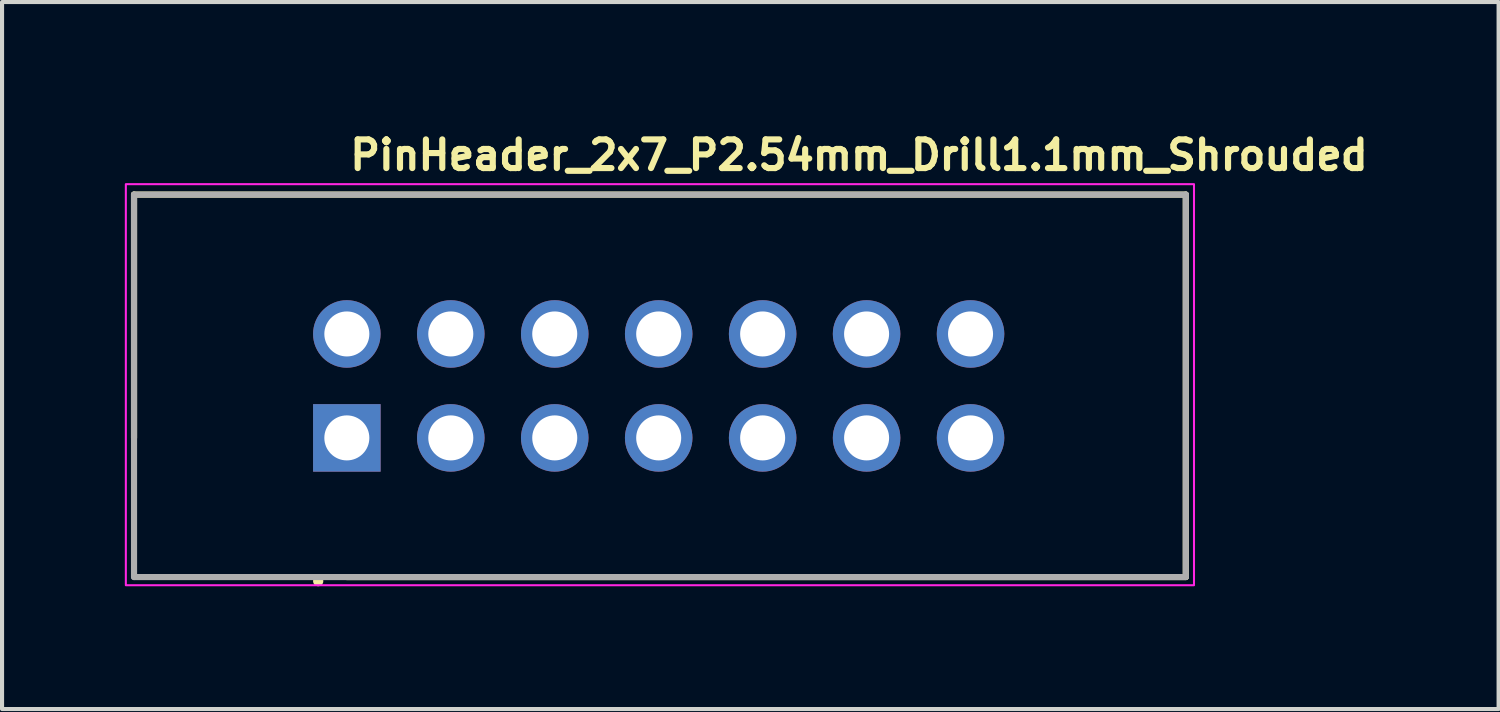
<source format=kicad_pcb>
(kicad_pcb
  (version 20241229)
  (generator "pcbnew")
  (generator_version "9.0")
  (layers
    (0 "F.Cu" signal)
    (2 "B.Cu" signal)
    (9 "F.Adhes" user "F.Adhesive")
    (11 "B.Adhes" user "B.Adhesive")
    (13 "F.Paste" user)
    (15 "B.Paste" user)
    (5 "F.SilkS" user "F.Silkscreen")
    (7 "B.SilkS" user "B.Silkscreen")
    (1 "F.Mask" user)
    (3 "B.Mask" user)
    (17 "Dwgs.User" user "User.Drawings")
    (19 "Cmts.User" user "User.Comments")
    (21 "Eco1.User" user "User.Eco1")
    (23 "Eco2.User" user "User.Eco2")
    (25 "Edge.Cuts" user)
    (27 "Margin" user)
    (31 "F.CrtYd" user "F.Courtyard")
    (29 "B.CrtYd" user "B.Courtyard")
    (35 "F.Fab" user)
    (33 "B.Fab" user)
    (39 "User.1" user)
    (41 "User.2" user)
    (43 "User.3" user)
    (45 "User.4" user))
  (footprint "PinHeader_2x7_P2.54mm_Drill1.1mm_Shrouded"
    (layer "F.Cu")
    (at 5.425 7.65)
    (property "Reference" "PinHeader_2x7_P2.54mm_Drill1.1mm_Shrouded" (at 0 -6.5 0) (layer "F.SilkS") (effects (font (size 0.7 0.7) (thickness 0.15)) (justify left bottom)))
    (attr through_hole)
    (fp_line (start -5.2 -5.945) (end -5.2 0) (stroke (width 0.15) (type solid)) (layer "F.SilkS"))
    (fp_line (start 0 3.4) (end 20.5 3.4) (stroke (width 0.15) (type solid)) (layer "F.SilkS"))
    (fp_line (start 20.5 -5.945) (end -5.2 -5.945) (stroke (width 0.15) (type solid)) (layer "F.SilkS"))
    (fp_line (start 20.5 3.4) (end 20.5 -5.945) (stroke (width 0.15) (type solid)) (layer "F.SilkS"))
    (fp_circle (center -0.7 3.5) (end -0.65 3.5) (stroke (width 0.15) (type solid)) (fill yes) (layer "F.SilkS"))
    (fp_rect (start -5.4 -6.2) (end 20.7 3.6) (stroke (width 0.05) (type solid)) (fill no) (layer "F.CrtYd"))
    (fp_line (start -5.2 -5.945) (end 20.5 -5.945) (stroke (width 0.15) (type solid)) (layer "F.Fab"))
    (fp_line (start -5.2 3.4) (end -5.2 -5.945) (stroke (width 0.15) (type solid)) (layer "F.Fab"))
    (fp_line (start 20.5 -5.945) (end 20.5 3.4) (stroke (width 0.15) (type solid)) (layer "F.Fab"))
    (fp_line (start 20.5 3.4) (end -5.2 3.4) (stroke (width 0.15) (type solid)) (layer "F.Fab"))
    (fp_rect (start -5.1 3.3) (end 20.34 -5.8) (stroke (width 0.1) (type solid)) (fill no) (layer "User.5"))
    (fp_line (start -5.105 -5.815) (end 20.335 -5.815) (stroke (width 0.02) (type solid)) (layer "User.9"))
    (fp_line (start -5.105 3.285) (end -5.105 -5.815) (stroke (width 0.02) (type solid)) (layer "User.9"))
    (fp_line (start -5.105 3.285) (end -1.275 3.285) (stroke (width 0.02) (type solid)) (layer "User.9"))
    (fp_line (start -3.74 -4.45) (end 18.97 -4.45) (stroke (width 0.02) (type solid)) (layer "User.9"))
    (fp_line (start -3.74 1.92) (end -3.74 -4.45) (stroke (width 0.02) (type solid)) (layer "User.9"))
    (fp_line (start -3.74 1.92) (end 18.97 1.92) (stroke (width 0.02) (type solid)) (layer "User.9"))
    (fp_line (start -1.275 3.09) (end 1.265 3.09) (stroke (width 0.02) (type solid)) (layer "User.9"))
    (fp_line (start -1.275 3.285) (end -1.275 3.09) (stroke (width 0.02) (type solid)) (layer "User.9"))
    (fp_line (start -1.275 3.285) (end -0.005 3.285) (stroke (width 0.02) (type solid)) (layer "User.9"))
    (fp_line (start -0.325 -2.855) (end -0.069 -2.599) (stroke (width 0.02) (type solid)) (layer "User.9"))
    (fp_line (start -0.325 -2.855) (end 0.315 -2.855) (stroke (width 0.02) (type solid)) (layer "User.9"))
    (fp_line (start -0.325 -2.215) (end -0.325 -2.855) (stroke (width 0.02) (type solid)) (layer "User.9"))
    (fp_line (start -0.325 -2.215) (end -0.069 -2.471) (stroke (width 0.02) (type solid)) (layer "User.9"))
    (fp_line (start -0.325 -2.215) (end 0.315 -2.215) (stroke (width 0.02) (type solid)) (layer "User.9"))
    (fp_line (start -0.325 -0.315) (end -0.069 -0.059) (stroke (width 0.02) (type solid)) (layer "User.9"))
    (fp_line (start -0.325 -0.315) (end 0.315 -0.315) (stroke (width 0.02) (type solid)) (layer "User.9"))
    (fp_line (start -0.325 0.325) (end -0.325 -0.315) (stroke (width 0.02) (type solid)) (layer "User.9"))
    (fp_line (start -0.325 0.325) (end -0.069 0.069) (stroke (width 0.02) (type solid)) (layer "User.9"))
    (fp_line (start -0.325 0.325) (end 0.315 0.325) (stroke (width 0.02) (type solid)) (layer "User.9"))
    (fp_line (start -0.069 -2.599) (end 0.059 -2.599) (stroke (width 0.02) (type solid)) (layer "User.9"))
    (fp_line (start -0.069 -2.471) (end -0.069 -2.599) (stroke (width 0.02) (type solid)) (layer "User.9"))
    (fp_line (start -0.069 -2.471) (end 0.059 -2.471) (stroke (width 0.02) (type solid)) (layer "User.9"))
    (fp_line (start -0.069 -0.059) (end 0.059 -0.059) (stroke (width 0.02) (type solid)) (layer "User.9"))
    (fp_line (start -0.069 0.069) (end -0.069 -0.059) (stroke (width 0.02) (type solid)) (layer "User.9"))
    (fp_line (start -0.069 0.069) (end 0.059 0.069) (stroke (width 0.02) (type solid)) (layer "User.9"))
    (fp_line (start -0.005 3.285) (end -0.005 3.09) (stroke (width 0.02) (type solid)) (layer "User.9"))
    (fp_line (start 0.059 -2.471) (end 0.059 -2.599) (stroke (width 0.02) (type solid)) (layer "User.9"))
    (fp_line (start 0.059 0.069) (end 0.059 -0.059) (stroke (width 0.02) (type solid)) (layer "User.9"))
    (fp_line (start 0.315 -2.855) (end 0.059 -2.599) (stroke (width 0.02) (type solid)) (layer "User.9"))
    (fp_line (start 0.315 -2.215) (end 0.059 -2.471) (stroke (width 0.02) (type solid)) (layer "User.9"))
    (fp_line (start 0.315 -2.215) (end 0.315 -2.855) (stroke (width 0.02) (type solid)) (layer "User.9"))
    (fp_line (start 0.315 -0.315) (end 0.059 -0.059) (stroke (width 0.02) (type solid)) (layer "User.9"))
    (fp_line (start 0.315 0.325) (end 0.059 0.069) (stroke (width 0.02) (type solid)) (layer "User.9"))
    (fp_line (start 0.315 0.325) (end 0.315 -0.315) (stroke (width 0.02) (type solid)) (layer "User.9"))
    (fp_line (start 1.265 3.285) (end -0.005 3.285) (stroke (width 0.02) (type solid)) (layer "User.9"))
    (fp_line (start 1.265 3.285) (end 1.265 3.09) (stroke (width 0.02) (type solid)) (layer "User.9"))
    (fp_line (start 1.265 3.285) (end 20.335 3.285) (stroke (width 0.02) (type solid)) (layer "User.9"))
    (fp_line (start 2.215 -2.855) (end 2.471 -2.599) (stroke (width 0.02) (type solid)) (layer "User.9"))
    (fp_line (start 2.215 -2.855) (end 2.855 -2.855) (stroke (width 0.02) (type solid)) (layer "User.9"))
    (fp_line (start 2.215 -2.215) (end 2.215 -2.855) (stroke (width 0.02) (type solid)) (layer "User.9"))
    (fp_line (start 2.215 -2.215) (end 2.471 -2.471) (stroke (width 0.02) (type solid)) (layer "User.9"))
    (fp_line (start 2.215 -2.215) (end 2.855 -2.215) (stroke (width 0.02) (type solid)) (layer "User.9"))
    (fp_line (start 2.215 -0.315) (end 2.471 -0.059) (stroke (width 0.02) (type solid)) (layer "User.9"))
    (fp_line (start 2.215 -0.315) (end 2.855 -0.315) (stroke (width 0.02) (type solid)) (layer "User.9"))
    (fp_line (start 2.215 0.325) (end 2.215 -0.315) (stroke (width 0.02) (type solid)) (layer "User.9"))
    (fp_line (start 2.215 0.325) (end 2.471 0.069) (stroke (width 0.02) (type solid)) (layer "User.9"))
    (fp_line (start 2.215 0.325) (end 2.855 0.325) (stroke (width 0.02) (type solid)) (layer "User.9"))
    (fp_line (start 2.471 -2.599) (end 2.599 -2.599) (stroke (width 0.02) (type solid)) (layer "User.9"))
    (fp_line (start 2.471 -2.471) (end 2.471 -2.599) (stroke (width 0.02) (type solid)) (layer "User.9"))
    (fp_line (start 2.471 -2.471) (end 2.599 -2.471) (stroke (width 0.02) (type solid)) (layer "User.9"))
    (fp_line (start 2.471 -0.059) (end 2.599 -0.059) (stroke (width 0.02) (type solid)) (layer "User.9"))
    (fp_line (start 2.471 0.069) (end 2.471 -0.059) (stroke (width 0.02) (type solid)) (layer "User.9"))
    (fp_line (start 2.471 0.069) (end 2.599 0.069) (stroke (width 0.02) (type solid)) (layer "User.9"))
    (fp_line (start 2.599 -2.471) (end 2.599 -2.599) (stroke (width 0.02) (type solid)) (layer "User.9"))
    (fp_line (start 2.599 0.069) (end 2.599 -0.059) (stroke (width 0.02) (type solid)) (layer "User.9"))
    (fp_line (start 2.855 -2.855) (end 2.599 -2.599) (stroke (width 0.02) (type solid)) (layer "User.9"))
    (fp_line (start 2.855 -2.215) (end 2.599 -2.471) (stroke (width 0.02) (type solid)) (layer "User.9"))
    (fp_line (start 2.855 -2.215) (end 2.855 -2.855) (stroke (width 0.02) (type solid)) (layer "User.9"))
    (fp_line (start 2.855 -0.315) (end 2.599 -0.059) (stroke (width 0.02) (type solid)) (layer "User.9"))
    (fp_line (start 2.855 0.325) (end 2.599 0.069) (stroke (width 0.02) (type solid)) (layer "User.9"))
    (fp_line (start 2.855 0.325) (end 2.855 -0.315) (stroke (width 0.02) (type solid)) (layer "User.9"))
    (fp_line (start 4.755 -2.855) (end 5.011 -2.599) (stroke (width 0.02) (type solid)) (layer "User.9"))
    (fp_line (start 4.755 -2.855) (end 5.395 -2.855) (stroke (width 0.02) (type solid)) (layer "User.9"))
    (fp_line (start 4.755 -2.215) (end 4.755 -2.855) (stroke (width 0.02) (type solid)) (layer "User.9"))
    (fp_line (start 4.755 -2.215) (end 5.011 -2.471) (stroke (width 0.02) (type solid)) (layer "User.9"))
    (fp_line (start 4.755 -2.215) (end 5.395 -2.215) (stroke (width 0.02) (type solid)) (layer "User.9"))
    (fp_line (start 4.755 -0.315) (end 5.011 -0.059) (stroke (width 0.02) (type solid)) (layer "User.9"))
    (fp_line (start 4.755 -0.315) (end 5.395 -0.315) (stroke (width 0.02) (type solid)) (layer "User.9"))
    (fp_line (start 4.755 0.325) (end 4.755 -0.315) (stroke (width 0.02) (type solid)) (layer "User.9"))
    (fp_line (start 4.755 0.325) (end 5.011 0.069) (stroke (width 0.02) (type solid)) (layer "User.9"))
    (fp_line (start 4.755 0.325) (end 5.395 0.325) (stroke (width 0.02) (type solid)) (layer "User.9"))
    (fp_line (start 5.011 -2.599) (end 5.139 -2.599) (stroke (width 0.02) (type solid)) (layer "User.9"))
    (fp_line (start 5.011 -2.471) (end 5.011 -2.599) (stroke (width 0.02) (type solid)) (layer "User.9"))
    (fp_line (start 5.011 -2.471) (end 5.139 -2.471) (stroke (width 0.02) (type solid)) (layer "User.9"))
    (fp_line (start 5.011 -0.059) (end 5.139 -0.059) (stroke (width 0.02) (type solid)) (layer "User.9"))
    (fp_line (start 5.011 0.069) (end 5.011 -0.059) (stroke (width 0.02) (type solid)) (layer "User.9"))
    (fp_line (start 5.011 0.069) (end 5.139 0.069) (stroke (width 0.02) (type solid)) (layer "User.9"))
    (fp_line (start 5.139 -2.471) (end 5.139 -2.599) (stroke (width 0.02) (type solid)) (layer "User.9"))
    (fp_line (start 5.139 0.069) (end 5.139 -0.059) (stroke (width 0.02) (type solid)) (layer "User.9"))
    (fp_line (start 5.395 -2.855) (end 5.139 -2.599) (stroke (width 0.02) (type solid)) (layer "User.9"))
    (fp_line (start 5.395 -2.215) (end 5.139 -2.471) (stroke (width 0.02) (type solid)) (layer "User.9"))
    (fp_line (start 5.395 -2.215) (end 5.395 -2.855) (stroke (width 0.02) (type solid)) (layer "User.9"))
    (fp_line (start 5.395 -0.315) (end 5.139 -0.059) (stroke (width 0.02) (type solid)) (layer "User.9"))
    (fp_line (start 5.395 0.325) (end 5.139 0.069) (stroke (width 0.02) (type solid)) (layer "User.9"))
    (fp_line (start 5.395 0.325) (end 5.395 -0.315) (stroke (width 0.02) (type solid)) (layer "User.9"))
    (fp_line (start 7.295 -2.855) (end 7.551 -2.599) (stroke (width 0.02) (type solid)) (layer "User.9"))
    (fp_line (start 7.295 -2.855) (end 7.935 -2.855) (stroke (width 0.02) (type solid)) (layer "User.9"))
    (fp_line (start 7.295 -2.215) (end 7.295 -2.855) (stroke (width 0.02) (type solid)) (layer "User.9"))
    (fp_line (start 7.295 -2.215) (end 7.551 -2.471) (stroke (width 0.02) (type solid)) (layer "User.9"))
    (fp_line (start 7.295 -2.215) (end 7.935 -2.215) (stroke (width 0.02) (type solid)) (layer "User.9"))
    (fp_line (start 7.295 -0.315) (end 7.551 -0.059) (stroke (width 0.02) (type solid)) (layer "User.9"))
    (fp_line (start 7.295 -0.315) (end 7.935 -0.315) (stroke (width 0.02) (type solid)) (layer "User.9"))
    (fp_line (start 7.295 0.325) (end 7.295 -0.315) (stroke (width 0.02) (type solid)) (layer "User.9"))
    (fp_line (start 7.295 0.325) (end 7.551 0.069) (stroke (width 0.02) (type solid)) (layer "User.9"))
    (fp_line (start 7.295 0.325) (end 7.935 0.325) (stroke (width 0.02) (type solid)) (layer "User.9"))
    (fp_line (start 7.551 -2.599) (end 7.679 -2.599) (stroke (width 0.02) (type solid)) (layer "User.9"))
    (fp_line (start 7.551 -2.471) (end 7.551 -2.599) (stroke (width 0.02) (type solid)) (layer "User.9"))
    (fp_line (start 7.551 -2.471) (end 7.679 -2.471) (stroke (width 0.02) (type solid)) (layer "User.9"))
    (fp_line (start 7.551 -0.059) (end 7.679 -0.059) (stroke (width 0.02) (type solid)) (layer "User.9"))
    (fp_line (start 7.551 0.069) (end 7.551 -0.059) (stroke (width 0.02) (type solid)) (layer "User.9"))
    (fp_line (start 7.551 0.069) (end 7.679 0.069) (stroke (width 0.02) (type solid)) (layer "User.9"))
    (fp_line (start 7.679 -2.471) (end 7.679 -2.599) (stroke (width 0.02) (type solid)) (layer "User.9"))
    (fp_line (start 7.679 0.069) (end 7.679 -0.059) (stroke (width 0.02) (type solid)) (layer "User.9"))
    (fp_line (start 7.935 -2.855) (end 7.679 -2.599) (stroke (width 0.02) (type solid)) (layer "User.9"))
    (fp_line (start 7.935 -2.215) (end 7.679 -2.471) (stroke (width 0.02) (type solid)) (layer "User.9"))
    (fp_line (start 7.935 -2.215) (end 7.935 -2.855) (stroke (width 0.02) (type solid)) (layer "User.9"))
    (fp_line (start 7.935 -0.315) (end 7.679 -0.059) (stroke (width 0.02) (type solid)) (layer "User.9"))
    (fp_line (start 7.935 0.325) (end 7.679 0.069) (stroke (width 0.02) (type solid)) (layer "User.9"))
    (fp_line (start 7.935 0.325) (end 7.935 -0.315) (stroke (width 0.02) (type solid)) (layer "User.9"))
    (fp_line (start 9.835 -2.855) (end 10.091 -2.599) (stroke (width 0.02) (type solid)) (layer "User.9"))
    (fp_line (start 9.835 -2.855) (end 10.475 -2.855) (stroke (width 0.02) (type solid)) (layer "User.9"))
    (fp_line (start 9.835 -2.215) (end 9.835 -2.855) (stroke (width 0.02) (type solid)) (layer "User.9"))
    (fp_line (start 9.835 -2.215) (end 10.091 -2.471) (stroke (width 0.02) (type solid)) (layer "User.9"))
    (fp_line (start 9.835 -2.215) (end 10.475 -2.215) (stroke (width 0.02) (type solid)) (layer "User.9"))
    (fp_line (start 9.835 -0.315) (end 10.091 -0.059) (stroke (width 0.02) (type solid)) (layer "User.9"))
    (fp_line (start 9.835 -0.315) (end 10.475 -0.315) (stroke (width 0.02) (type solid)) (layer "User.9"))
    (fp_line (start 9.835 0.325) (end 9.835 -0.315) (stroke (width 0.02) (type solid)) (layer "User.9"))
    (fp_line (start 9.835 0.325) (end 10.091 0.069) (stroke (width 0.02) (type solid)) (layer "User.9"))
    (fp_line (start 9.835 0.325) (end 10.475 0.325) (stroke (width 0.02) (type solid)) (layer "User.9"))
    (fp_line (start 10.091 -2.599) (end 10.219 -2.599) (stroke (width 0.02) (type solid)) (layer "User.9"))
    (fp_line (start 10.091 -2.471) (end 10.091 -2.599) (stroke (width 0.02) (type solid)) (layer "User.9"))
    (fp_line (start 10.091 -2.471) (end 10.219 -2.471) (stroke (width 0.02) (type solid)) (layer "User.9"))
    (fp_line (start 10.091 -0.059) (end 10.219 -0.059) (stroke (width 0.02) (type solid)) (layer "User.9"))
    (fp_line (start 10.091 0.069) (end 10.091 -0.059) (stroke (width 0.02) (type solid)) (layer "User.9"))
    (fp_line (start 10.091 0.069) (end 10.219 0.069) (stroke (width 0.02) (type solid)) (layer "User.9"))
    (fp_line (start 10.219 -2.471) (end 10.219 -2.599) (stroke (width 0.02) (type solid)) (layer "User.9"))
    (fp_line (start 10.219 0.069) (end 10.219 -0.059) (stroke (width 0.02) (type solid)) (layer "User.9"))
    (fp_line (start 10.475 -2.855) (end 10.219 -2.599) (stroke (width 0.02) (type solid)) (layer "User.9"))
    (fp_line (start 10.475 -2.215) (end 10.219 -2.471) (stroke (width 0.02) (type solid)) (layer "User.9"))
    (fp_line (start 10.475 -2.215) (end 10.475 -2.855) (stroke (width 0.02) (type solid)) (layer "User.9"))
    (fp_line (start 10.475 -0.315) (end 10.219 -0.059) (stroke (width 0.02) (type solid)) (layer "User.9"))
    (fp_line (start 10.475 0.325) (end 10.219 0.069) (stroke (width 0.02) (type solid)) (layer "User.9"))
    (fp_line (start 10.475 0.325) (end 10.475 -0.315) (stroke (width 0.02) (type solid)) (layer "User.9"))
    (fp_line (start 12.375 -2.855) (end 12.631 -2.599) (stroke (width 0.02) (type solid)) (layer "User.9"))
    (fp_line (start 12.375 -2.855) (end 13.015 -2.855) (stroke (width 0.02) (type solid)) (layer "User.9"))
    (fp_line (start 12.375 -2.215) (end 12.375 -2.855) (stroke (width 0.02) (type solid)) (layer "User.9"))
    (fp_line (start 12.375 -2.215) (end 12.631 -2.471) (stroke (width 0.02) (type solid)) (layer "User.9"))
    (fp_line (start 12.375 -2.215) (end 13.015 -2.215) (stroke (width 0.02) (type solid)) (layer "User.9"))
    (fp_line (start 12.375 -0.315) (end 12.631 -0.059) (stroke (width 0.02) (type solid)) (layer "User.9"))
    (fp_line (start 12.375 -0.315) (end 13.015 -0.315) (stroke (width 0.02) (type solid)) (layer "User.9"))
    (fp_line (start 12.375 0.325) (end 12.375 -0.315) (stroke (width 0.02) (type solid)) (layer "User.9"))
    (fp_line (start 12.375 0.325) (end 12.631 0.069) (stroke (width 0.02) (type solid)) (layer "User.9"))
    (fp_line (start 12.375 0.325) (end 13.015 0.325) (stroke (width 0.02) (type solid)) (layer "User.9"))
    (fp_line (start 12.631 -2.599) (end 12.759 -2.599) (stroke (width 0.02) (type solid)) (layer "User.9"))
    (fp_line (start 12.631 -2.471) (end 12.631 -2.599) (stroke (width 0.02) (type solid)) (layer "User.9"))
    (fp_line (start 12.631 -2.471) (end 12.759 -2.471) (stroke (width 0.02) (type solid)) (layer "User.9"))
    (fp_line (start 12.631 -0.059) (end 12.759 -0.059) (stroke (width 0.02) (type solid)) (layer "User.9"))
    (fp_line (start 12.631 0.069) (end 12.631 -0.059) (stroke (width 0.02) (type solid)) (layer "User.9"))
    (fp_line (start 12.631 0.069) (end 12.759 0.069) (stroke (width 0.02) (type solid)) (layer "User.9"))
    (fp_line (start 12.759 -2.471) (end 12.759 -2.599) (stroke (width 0.02) (type solid)) (layer "User.9"))
    (fp_line (start 12.759 0.069) (end 12.759 -0.059) (stroke (width 0.02) (type solid)) (layer "User.9"))
    (fp_line (start 13.015 -2.855) (end 12.759 -2.599) (stroke (width 0.02) (type solid)) (layer "User.9"))
    (fp_line (start 13.015 -2.215) (end 12.759 -2.471) (stroke (width 0.02) (type solid)) (layer "User.9"))
    (fp_line (start 13.015 -2.215) (end 13.015 -2.855) (stroke (width 0.02) (type solid)) (layer "User.9"))
    (fp_line (start 13.015 -0.315) (end 12.759 -0.059) (stroke (width 0.02) (type solid)) (layer "User.9"))
    (fp_line (start 13.015 0.325) (end 12.759 0.069) (stroke (width 0.02) (type solid)) (layer "User.9"))
    (fp_line (start 13.015 0.325) (end 13.015 -0.315) (stroke (width 0.02) (type solid)) (layer "User.9"))
    (fp_line (start 14.915 -2.855) (end 15.171 -2.599) (stroke (width 0.02) (type solid)) (layer "User.9"))
    (fp_line (start 14.915 -2.855) (end 15.555 -2.855) (stroke (width 0.02) (type solid)) (layer "User.9"))
    (fp_line (start 14.915 -2.215) (end 14.915 -2.855) (stroke (width 0.02) (type solid)) (layer "User.9"))
    (fp_line (start 14.915 -2.215) (end 15.171 -2.471) (stroke (width 0.02) (type solid)) (layer "User.9"))
    (fp_line (start 14.915 -2.215) (end 15.555 -2.215) (stroke (width 0.02) (type solid)) (layer "User.9"))
    (fp_line (start 14.915 -0.315) (end 15.171 -0.059) (stroke (width 0.02) (type solid)) (layer "User.9"))
    (fp_line (start 14.915 -0.315) (end 15.555 -0.315) (stroke (width 0.02) (type solid)) (layer "User.9"))
    (fp_line (start 14.915 0.325) (end 14.915 -0.315) (stroke (width 0.02) (type solid)) (layer "User.9"))
    (fp_line (start 14.915 0.325) (end 15.171 0.069) (stroke (width 0.02) (type solid)) (layer "User.9"))
    (fp_line (start 14.915 0.325) (end 15.555 0.325) (stroke (width 0.02) (type solid)) (layer "User.9"))
    (fp_line (start 15.171 -2.599) (end 15.299 -2.599) (stroke (width 0.02) (type solid)) (layer "User.9"))
    (fp_line (start 15.171 -2.471) (end 15.171 -2.599) (stroke (width 0.02) (type solid)) (layer "User.9"))
    (fp_line (start 15.171 -2.471) (end 15.299 -2.471) (stroke (width 0.02) (type solid)) (layer "User.9"))
    (fp_line (start 15.171 -0.059) (end 15.299 -0.059) (stroke (width 0.02) (type solid)) (layer "User.9"))
    (fp_line (start 15.171 0.069) (end 15.171 -0.059) (stroke (width 0.02) (type solid)) (layer "User.9"))
    (fp_line (start 15.171 0.069) (end 15.299 0.069) (stroke (width 0.02) (type solid)) (layer "User.9"))
    (fp_line (start 15.299 -2.471) (end 15.299 -2.599) (stroke (width 0.02) (type solid)) (layer "User.9"))
    (fp_line (start 15.299 0.069) (end 15.299 -0.059) (stroke (width 0.02) (type solid)) (layer "User.9"))
    (fp_line (start 15.555 -2.855) (end 15.299 -2.599) (stroke (width 0.02) (type solid)) (layer "User.9"))
    (fp_line (start 15.555 -2.215) (end 15.299 -2.471) (stroke (width 0.02) (type solid)) (layer "User.9"))
    (fp_line (start 15.555 -2.215) (end 15.555 -2.855) (stroke (width 0.02) (type solid)) (layer "User.9"))
    (fp_line (start 15.555 -0.315) (end 15.299 -0.059) (stroke (width 0.02) (type solid)) (layer "User.9"))
    (fp_line (start 15.555 0.325) (end 15.299 0.069) (stroke (width 0.02) (type solid)) (layer "User.9"))
    (fp_line (start 15.555 0.325) (end 15.555 -0.315) (stroke (width 0.02) (type solid)) (layer "User.9"))
    (fp_line (start 18.97 1.92) (end 18.97 -4.45) (stroke (width 0.02) (type solid)) (layer "User.9"))
    (fp_line (start 20.335 3.285) (end 20.335 -5.815) (stroke (width 0.02) (type solid)) (layer "User.9"))
    (pad "1" thru_hole rect (at 0 0) (size 1.65 1.65) (drill 1.1) (layers "*.Cu" "*.Mask"))
    (pad "2" thru_hole circle (at 0 -2.54) (size 1.65 1.65) (drill 1.1) (layers "*.Cu" "*.Mask"))
    (pad "3" thru_hole circle (at 2.54 0) (size 1.65 1.65) (drill 1.1) (layers "*.Cu" "*.Mask"))
    (pad "4" thru_hole circle (at 2.54 -2.54) (size 1.65 1.65) (drill 1.1) (layers "*.Cu" "*.Mask"))
    (pad "5" thru_hole circle (at 5.08 0) (size 1.65 1.65) (drill 1.1) (layers "*.Cu" "*.Mask"))
    (pad "6" thru_hole circle (at 5.08 -2.54) (size 1.65 1.65) (drill 1.1) (layers "*.Cu" "*.Mask"))
    (pad "7" thru_hole circle (at 7.62 0) (size 1.65 1.65) (drill 1.1) (layers "*.Cu" "*.Mask"))
    (pad "8" thru_hole circle (at 7.62 -2.54) (size 1.65 1.65) (drill 1.1) (layers "*.Cu" "*.Mask"))
    (pad "9" thru_hole circle (at 10.16 0) (size 1.65 1.65) (drill 1.1) (layers "*.Cu" "*.Mask"))
    (pad "10" thru_hole circle (at 10.16 -2.54) (size 1.65 1.65) (drill 1.1) (layers "*.Cu" "*.Mask"))
    (pad "11" thru_hole circle (at 12.7 0) (size 1.65 1.65) (drill 1.1) (layers "*.Cu" "*.Mask"))
    (pad "12" thru_hole circle (at 12.7 -2.54) (size 1.65 1.65) (drill 1.1) (layers "*.Cu" "*.Mask"))
    (pad "13" thru_hole circle (at 15.24 0) (size 1.65 1.65) (drill 1.1) (layers "*.Cu" "*.Mask"))
    (pad "14" thru_hole circle (at 15.24 -2.54) (size 1.65 1.65) (drill 1.1) (layers "*.Cu" "*.Mask")))
  (gr_rect
    (start -3 -3)
    (end 33.568 14.275)
    (stroke (width 0.1) (type default))
    (fill no)
    (layer "Edge.Cuts")))
</source>
